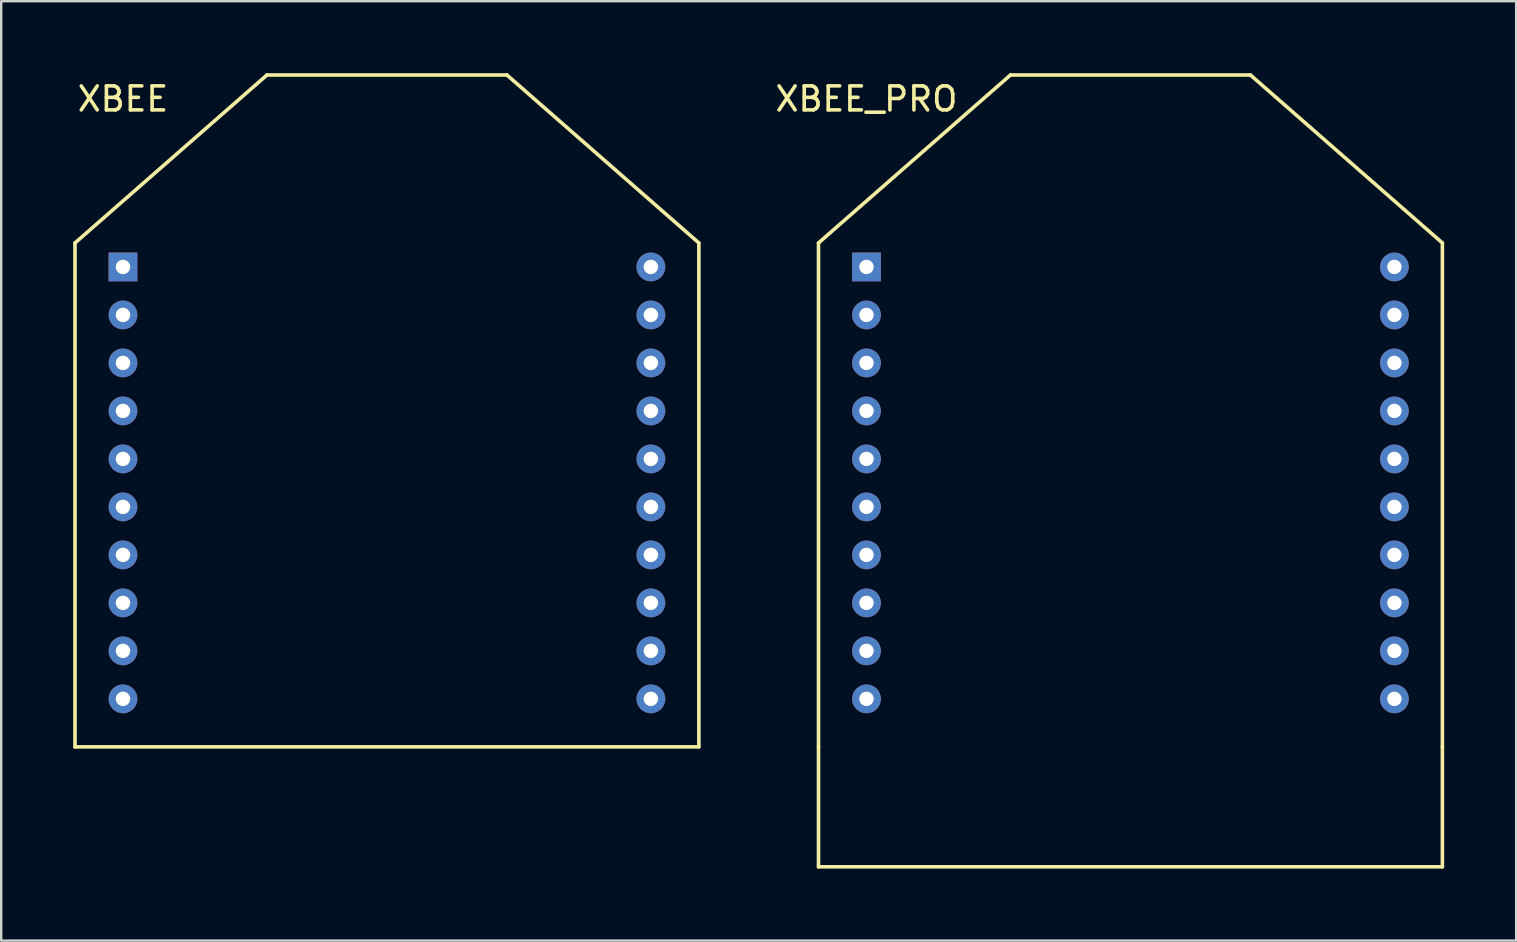
<source format=kicad_pcb>
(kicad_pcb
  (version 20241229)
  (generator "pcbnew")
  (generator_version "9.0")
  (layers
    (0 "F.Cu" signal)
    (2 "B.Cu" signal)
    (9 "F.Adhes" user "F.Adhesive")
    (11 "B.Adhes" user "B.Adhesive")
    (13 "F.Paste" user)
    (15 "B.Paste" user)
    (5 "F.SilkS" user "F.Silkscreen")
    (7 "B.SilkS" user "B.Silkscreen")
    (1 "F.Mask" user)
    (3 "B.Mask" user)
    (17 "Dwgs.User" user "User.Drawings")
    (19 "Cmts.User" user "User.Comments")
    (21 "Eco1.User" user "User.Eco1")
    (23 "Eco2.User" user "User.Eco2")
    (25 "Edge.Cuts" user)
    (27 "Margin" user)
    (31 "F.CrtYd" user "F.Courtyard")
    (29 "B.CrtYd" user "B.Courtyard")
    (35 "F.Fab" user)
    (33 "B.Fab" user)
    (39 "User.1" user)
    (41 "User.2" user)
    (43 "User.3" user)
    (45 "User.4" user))
  (footprint "XBEE_PRO"
    (layer "F.Cu")
    (at 44.061 8.075)
    (property "Reference" "XBEE_PRO" (at -11 -7 0) (layer "F.SilkS") (effects (font (size 1 1) (thickness 0.15))))
    (attr through_hole)
    (fp_line (start -13 -1) (end -5 -8) (stroke (width 0.15) (type solid)) (layer "F.SilkS"))
    (fp_line (start -13 20) (end -13 -1) (stroke (width 0.15) (type solid)) (layer "F.SilkS"))
    (fp_line (start -13 25) (end -13 20) (stroke (width 0.15) (type solid)) (layer "F.SilkS"))
    (fp_line (start -5 -8) (end 5 -8) (stroke (width 0.15) (type solid)) (layer "F.SilkS"))
    (fp_line (start 5 -8) (end 13 -1) (stroke (width 0.15) (type solid)) (layer "F.SilkS"))
    (fp_line (start 13 -1) (end 13 20) (stroke (width 0.15) (type solid)) (layer "F.SilkS"))
    (fp_line (start 13 20) (end 13 25) (stroke (width 0.15) (type solid)) (layer "F.SilkS"))
    (fp_line (start 13 25) (end -13 25) (stroke (width 0.15) (type solid)) (layer "F.SilkS"))
    (pad "1" thru_hole rect (at -11 0) (size 1.2 1.2) (drill 0.6) (layers "*.Cu" "*.Mask"))
    (pad "2" thru_hole circle (at -11 2) (size 1.2 1.2) (drill 0.6) (layers "*.Cu" "*.Mask"))
    (pad "3" thru_hole circle (at -11 4) (size 1.2 1.2) (drill 0.6) (layers "*.Cu" "*.Mask"))
    (pad "4" thru_hole circle (at -11 6) (size 1.2 1.2) (drill 0.6) (layers "*.Cu" "*.Mask"))
    (pad "5" thru_hole circle (at -11 8) (size 1.2 1.2) (drill 0.6) (layers "*.Cu" "*.Mask"))
    (pad "6" thru_hole circle (at -11 10) (size 1.2 1.2) (drill 0.6) (layers "*.Cu" "*.Mask"))
    (pad "7" thru_hole circle (at -11 12) (size 1.2 1.2) (drill 0.6) (layers "*.Cu" "*.Mask"))
    (pad "8" thru_hole circle (at -11 14) (size 1.2 1.2) (drill 0.6) (layers "*.Cu" "*.Mask"))
    (pad "9" thru_hole circle (at -11 16) (size 1.2 1.2) (drill 0.6) (layers "*.Cu" "*.Mask"))
    (pad "10" thru_hole circle (at -11 18) (size 1.2 1.2) (drill 0.6) (layers "*.Cu" "*.Mask"))
    (pad "11" thru_hole circle (at 11 18) (size 1.2 1.2) (drill 0.6) (layers "*.Cu" "*.Mask"))
    (pad "12" thru_hole circle (at 11 16) (size 1.2 1.2) (drill 0.6) (layers "*.Cu" "*.Mask"))
    (pad "13" thru_hole circle (at 11 14) (size 1.2 1.2) (drill 0.6) (layers "*.Cu" "*.Mask"))
    (pad "14" thru_hole circle (at 11 12) (size 1.2 1.2) (drill 0.6) (layers "*.Cu" "*.Mask"))
    (pad "15" thru_hole circle (at 11 10) (size 1.2 1.2) (drill 0.6) (layers "*.Cu" "*.Mask"))
    (pad "16" thru_hole circle (at 11 8) (size 1.2 1.2) (drill 0.6) (layers "*.Cu" "*.Mask"))
    (pad "17" thru_hole circle (at 11 6) (size 1.2 1.2) (drill 0.6) (layers "*.Cu" "*.Mask"))
    (pad "18" thru_hole circle (at 11 4) (size 1.2 1.2) (drill 0.6) (layers "*.Cu" "*.Mask"))
    (pad "19" thru_hole circle (at 11 2) (size 1.2 1.2) (drill 0.6) (layers "*.Cu" "*.Mask"))
    (pad "20" thru_hole circle (at 11 0) (size 1.2 1.2) (drill 0.6) (layers "*.Cu" "*.Mask")))
  (footprint "XBEE"
    (layer "F.Cu")
    (at 13.075 8.075)
    (property "Reference" "XBEE" (at -11 -7 0) (layer "F.SilkS") (effects (font (size 1 1) (thickness 0.15))))
    (attr through_hole)
    (fp_line (start -13 -1) (end -5 -8) (stroke (width 0.15) (type solid)) (layer "F.SilkS"))
    (fp_line (start -13 20) (end -13 -1) (stroke (width 0.15) (type solid)) (layer "F.SilkS"))
    (fp_line (start -5 -8) (end 5 -8) (stroke (width 0.15) (type solid)) (layer "F.SilkS"))
    (fp_line (start 5 -8) (end 13 -1) (stroke (width 0.15) (type solid)) (layer "F.SilkS"))
    (fp_line (start 13 -1) (end 13 20) (stroke (width 0.15) (type solid)) (layer "F.SilkS"))
    (fp_line (start 13 20) (end -13 20) (stroke (width 0.15) (type solid)) (layer "F.SilkS"))
    (pad "1" thru_hole rect (at -11 0) (size 1.2 1.2) (drill 0.6) (layers "*.Cu" "*.Mask"))
    (pad "2" thru_hole circle (at -11 2) (size 1.2 1.2) (drill 0.6) (layers "*.Cu" "*.Mask"))
    (pad "3" thru_hole circle (at -11 4) (size 1.2 1.2) (drill 0.6) (layers "*.Cu" "*.Mask"))
    (pad "4" thru_hole circle (at -11 6) (size 1.2 1.2) (drill 0.6) (layers "*.Cu" "*.Mask"))
    (pad "5" thru_hole circle (at -11 8) (size 1.2 1.2) (drill 0.6) (layers "*.Cu" "*.Mask"))
    (pad "6" thru_hole circle (at -11 10) (size 1.2 1.2) (drill 0.6) (layers "*.Cu" "*.Mask"))
    (pad "7" thru_hole circle (at -11 12) (size 1.2 1.2) (drill 0.6) (layers "*.Cu" "*.Mask"))
    (pad "8" thru_hole circle (at -11 14) (size 1.2 1.2) (drill 0.6) (layers "*.Cu" "*.Mask"))
    (pad "9" thru_hole circle (at -11 16) (size 1.2 1.2) (drill 0.6) (layers "*.Cu" "*.Mask"))
    (pad "10" thru_hole circle (at -11 18) (size 1.2 1.2) (drill 0.6) (layers "*.Cu" "*.Mask"))
    (pad "11" thru_hole circle (at 11 18) (size 1.2 1.2) (drill 0.6) (layers "*.Cu" "*.Mask"))
    (pad "12" thru_hole circle (at 11 16) (size 1.2 1.2) (drill 0.6) (layers "*.Cu" "*.Mask"))
    (pad "13" thru_hole circle (at 11 14) (size 1.2 1.2) (drill 0.6) (layers "*.Cu" "*.Mask"))
    (pad "14" thru_hole circle (at 11 12) (size 1.2 1.2) (drill 0.6) (layers "*.Cu" "*.Mask"))
    (pad "15" thru_hole circle (at 11 10) (size 1.2 1.2) (drill 0.6) (layers "*.Cu" "*.Mask"))
    (pad "16" thru_hole circle (at 11 8) (size 1.2 1.2) (drill 0.6) (layers "*.Cu" "*.Mask"))
    (pad "17" thru_hole circle (at 11 6) (size 1.2 1.2) (drill 0.6) (layers "*.Cu" "*.Mask"))
    (pad "18" thru_hole circle (at 11 4) (size 1.2 1.2) (drill 0.6) (layers "*.Cu" "*.Mask"))
    (pad "19" thru_hole circle (at 11 2) (size 1.2 1.2) (drill 0.6) (layers "*.Cu" "*.Mask"))
    (pad "20" thru_hole circle (at 11 0) (size 1.2 1.2) (drill 0.6) (layers "*.Cu" "*.Mask")))
  (gr_rect
    (start -3 -3)
    (end 60.136 36.15)
    (stroke (width 0.1) (type default))
    (fill no)
    (layer "Edge.Cuts")))
</source>
